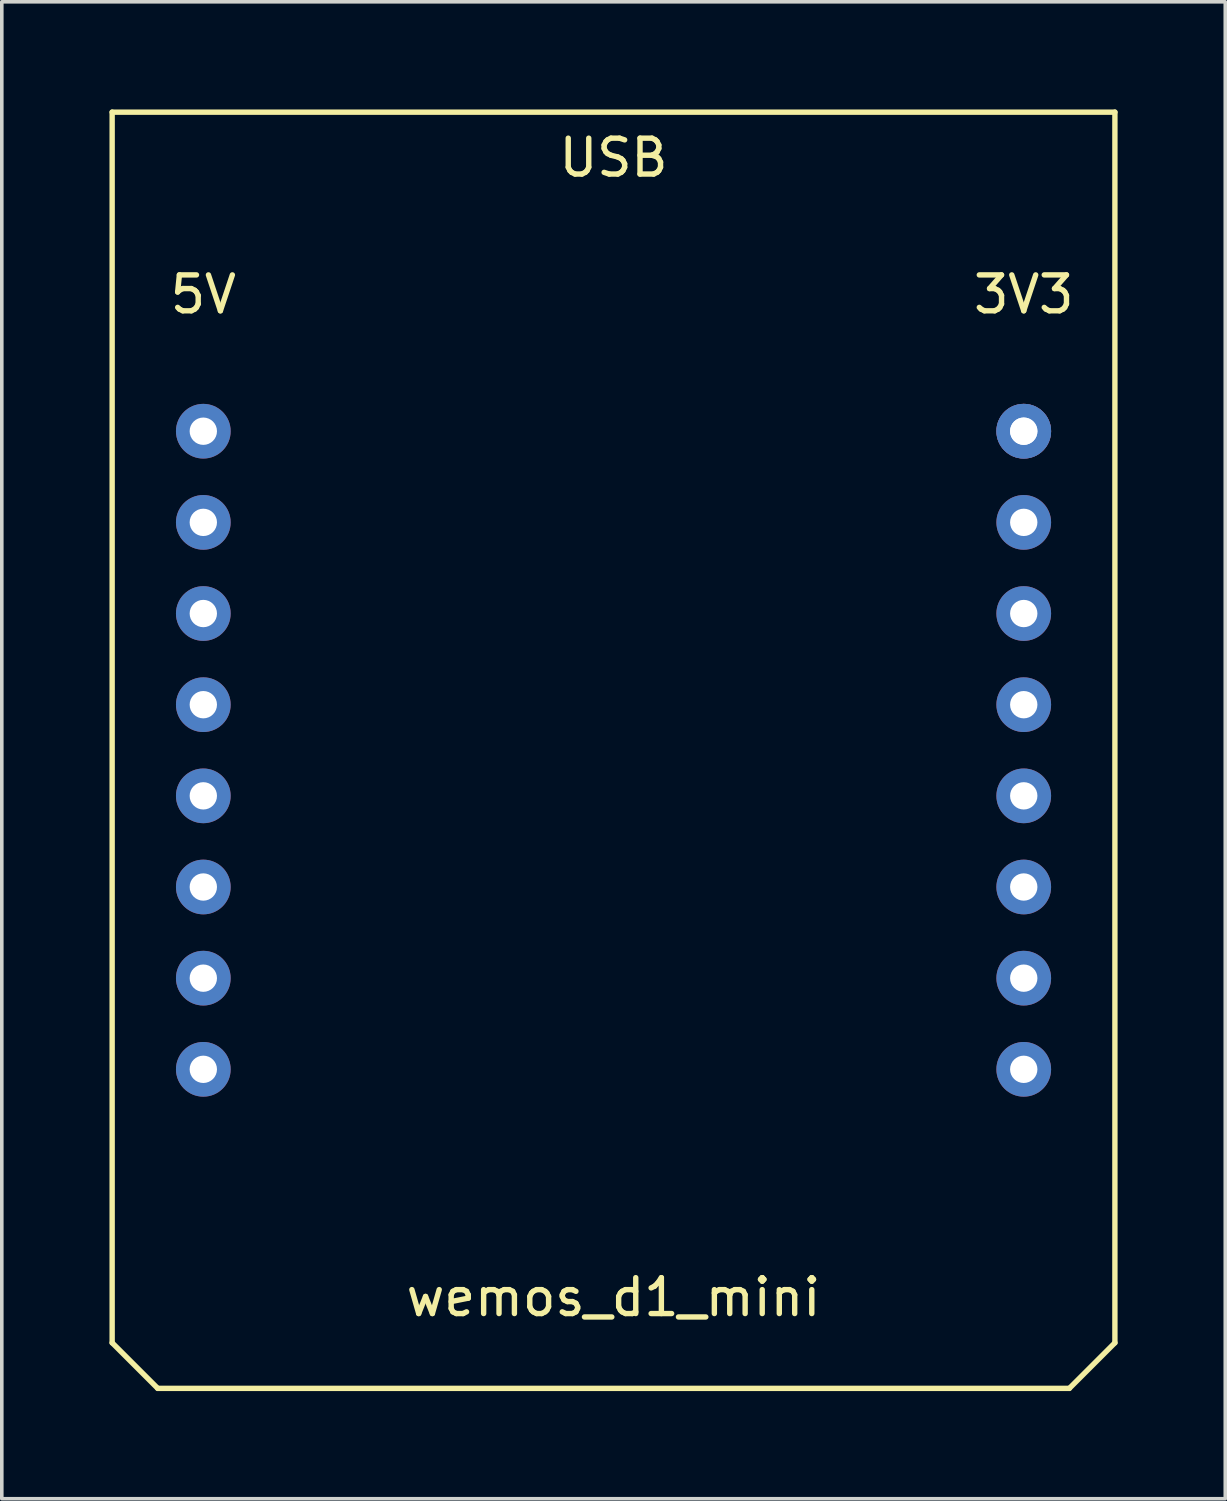
<source format=kicad_pcb>
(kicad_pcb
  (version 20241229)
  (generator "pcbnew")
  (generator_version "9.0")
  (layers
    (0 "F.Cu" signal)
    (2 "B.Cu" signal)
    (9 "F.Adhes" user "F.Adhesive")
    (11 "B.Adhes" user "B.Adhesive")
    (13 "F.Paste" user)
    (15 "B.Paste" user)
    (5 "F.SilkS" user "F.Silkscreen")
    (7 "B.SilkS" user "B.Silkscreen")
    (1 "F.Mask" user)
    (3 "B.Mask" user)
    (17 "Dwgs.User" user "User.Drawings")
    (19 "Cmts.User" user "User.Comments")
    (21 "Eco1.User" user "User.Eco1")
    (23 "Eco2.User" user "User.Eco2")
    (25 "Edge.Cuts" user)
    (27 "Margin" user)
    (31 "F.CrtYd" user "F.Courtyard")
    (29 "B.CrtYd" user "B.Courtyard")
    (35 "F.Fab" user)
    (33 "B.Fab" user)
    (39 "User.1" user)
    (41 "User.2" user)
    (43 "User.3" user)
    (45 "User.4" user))
  (footprint "wemos_d1_mini"
    (layer "F.Cu")
    (at 14.045 17.855)
    (property "Reference" "wemos_d1_mini" (at 0 15.24 0) (layer "F.SilkS") (effects (font (size 1 1) (thickness 0.15))))
    (attr through_hole)
    (fp_line (start -13.97 -17.78) (end -13.97 16.51) (stroke (width 0.15) (type solid)) (layer "F.SilkS"))
    (fp_line (start -13.97 -17.78) (end 13.97 -17.78) (stroke (width 0.15) (type solid)) (layer "F.SilkS"))
    (fp_line (start -13.97 16.51) (end -12.7 17.78) (stroke (width 0.15) (type solid)) (layer "F.SilkS"))
    (fp_line (start 12.7 17.78) (end -12.7 17.78) (stroke (width 0.15) (type solid)) (layer "F.SilkS"))
    (fp_line (start 13.97 -17.78) (end 13.97 16.51) (stroke (width 0.15) (type solid)) (layer "F.SilkS"))
    (fp_line (start 13.97 16.51) (end 12.7 17.78) (stroke (width 0.15) (type solid)) (layer "F.SilkS"))
    (fp_text user "3V3" (at 11.43 -12.7 0) (layer "F.SilkS") (effects (font (size 1 1) (thickness 0.15))))
    (fp_text user "5V" (at -11.43 -12.7 0) (layer "F.SilkS") (effects (font (size 1 1) (thickness 0.15))))
    (fp_text user "USB" (at 0 -16.51 0) (layer "F.SilkS") (effects (font (size 1 1) (thickness 0.15))))
    (pad "1" thru_hole circle (at -11.43 -8.89) (size 1.524 1.524) (drill 0.762) (layers "*.Cu" "*.Mask"))
    (pad "2" thru_hole circle (at -11.43 -6.35) (size 1.524 1.524) (drill 0.762) (layers "*.Cu" "*.Mask"))
    (pad "3" thru_hole circle (at -11.43 -3.81) (size 1.524 1.524) (drill 0.762) (layers "*.Cu" "*.Mask"))
    (pad "4" thru_hole circle (at -11.43 -1.27) (size 1.524 1.524) (drill 0.762) (layers "*.Cu" "*.Mask"))
    (pad "5" thru_hole circle (at -11.43 1.27) (size 1.524 1.524) (drill 0.762) (layers "*.Cu" "*.Mask"))
    (pad "5" thru_hole circle (at 11.43 -8.89) (size 1.524 1.524) (drill 0.762) (layers "*.Cu" "*.Mask"))
    (pad "6" thru_hole circle (at -11.43 3.81) (size 1.524 1.524) (drill 0.762) (layers "*.Cu" "*.Mask"))
    (pad "7" thru_hole circle (at -11.43 6.35) (size 1.524 1.524) (drill 0.762) (layers "*.Cu" "*.Mask"))
    (pad "8" thru_hole circle (at -11.43 8.89) (size 1.524 1.524) (drill 0.762) (layers "*.Cu" "*.Mask"))
    (pad "9" thru_hole circle (at 11.43 -8.89) (size 1.524 1.524) (drill 0.762) (layers "*.Cu" "*.Mask"))
    (pad "10" thru_hole circle (at 11.43 -6.35) (size 1.524 1.524) (drill 0.762) (layers "*.Cu" "*.Mask"))
    (pad "11" thru_hole circle (at 11.43 -3.81) (size 1.524 1.524) (drill 0.762) (layers "*.Cu" "*.Mask"))
    (pad "12" thru_hole circle (at 11.43 -1.27) (size 1.524 1.524) (drill 0.762) (layers "*.Cu" "*.Mask"))
    (pad "13" thru_hole circle (at 11.43 1.27) (size 1.524 1.524) (drill 0.762) (layers "*.Cu" "*.Mask"))
    (pad "14" thru_hole circle (at 11.43 3.81) (size 1.524 1.524) (drill 0.762) (layers "*.Cu" "*.Mask"))
    (pad "15" thru_hole circle (at 11.43 6.35) (size 1.524 1.524) (drill 0.762) (layers "*.Cu" "*.Mask"))
    (pad "16" thru_hole circle (at 11.43 8.89) (size 1.524 1.524) (drill 0.762) (layers "*.Cu" "*.Mask")))
  (gr_rect
    (start -3 -3)
    (end 31.09 38.71)
    (stroke (width 0.1) (type default))
    (fill no)
    (layer "Edge.Cuts")))
</source>
